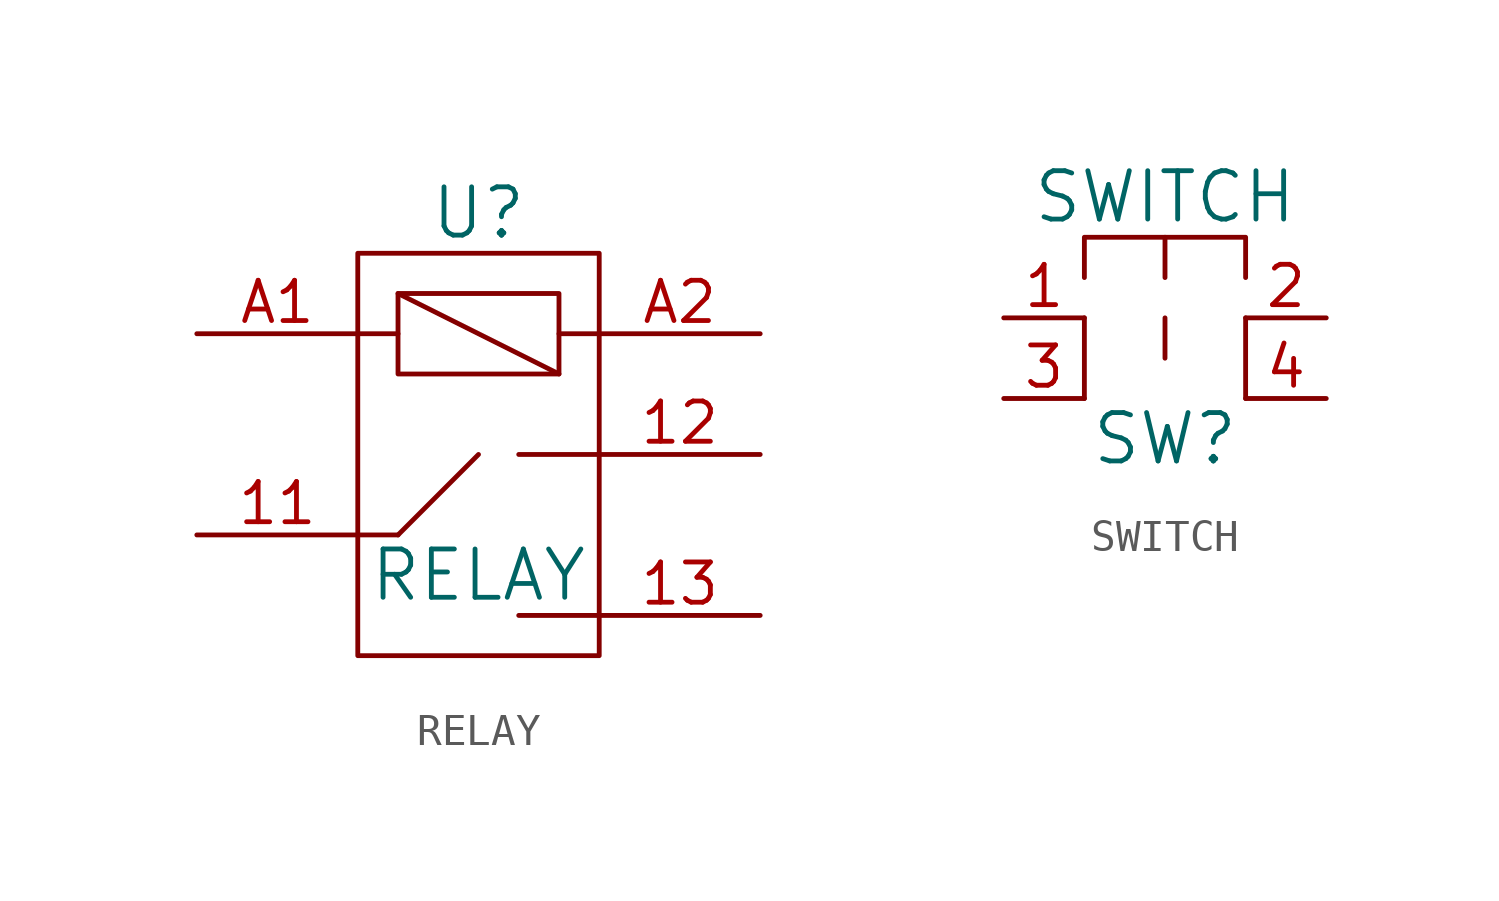
<source format=kicad_sym>
(kicad_symbol_lib
  (version 20231120)
  (generator "kicad_symbol_editor")
  (generator_version "8.0")
  (symbol "RELAY"
    (pin_names
      (offset 1.016))
    (property "Reference" "U"
      (at 0 6.35 0)
      (effects (font (size 1.524 1.524))))
    (property "Value" "RELAY"
      (at 0 -5.08 0)
      (effects (font (size 1.524 1.524))))
    (symbol "RELAY_0_1"
      (rectangle (start -3.81 5.08) (end 3.81 -7.62) (stroke (width 0) (type default)) (fill (type none)))
      (rectangle (start -2.54 3.81) (end 2.54 1.27) (stroke (width 0) (type default)) (fill (type none)))
      (polyline (pts (xy -3.81 -3.81) (xy -2.54 -3.81)) (stroke (width 0) (type default)) (fill (type none)))
      (polyline (pts (xy -3.81 2.54) (xy -2.54 2.54)) (stroke (width 0) (type default)) (fill (type none)))
      (polyline (pts (xy -2.54 -3.81) (xy 0 -1.27)) (stroke (width 0) (type default)) (fill (type none)))
      (polyline (pts (xy -2.54 3.81) (xy 2.54 1.27)) (stroke (width 0) (type default)) (fill (type none)))
      (polyline (pts (xy 2.54 2.54) (xy 3.81 2.54)) (stroke (width 0) (type default)) (fill (type none)))
      (polyline (pts (xy 3.81 -6.35) (xy 1.27 -6.35)) (stroke (width 0) (type default)) (fill (type none)))
      (polyline (pts (xy 3.81 -1.27) (xy 1.27 -1.27)) (stroke (width 0) (type default)) (fill (type none))))
    (symbol "RELAY_1_1"
      (pin bidirectional line (at -8.89 -3.81 0) (length 5.08) (name "~" (effects (font (size 1.27 1.27)))) (number "11" (effects (font (size 1.27 1.27)))))
      (pin bidirectional line (at 8.89 -1.27 180) (length 5.08) (name "~" (effects (font (size 1.27 1.27)))) (number "12" (effects (font (size 1.27 1.27)))))
      (pin bidirectional line (at 8.89 -6.35 180) (length 5.08) (name "~" (effects (font (size 1.27 1.27)))) (number "13" (effects (font (size 1.27 1.27)))))
      (pin power_in line (at -8.89 2.54 0) (length 5.08) (name "~" (effects (font (size 1.27 1.27)))) (number "A1" (effects (font (size 1.27 1.27)))))
      (pin power_in line (at 8.89 2.54 180) (length 5.08) (name "~" (effects (font (size 1.27 1.27)))) (number "A2" (effects (font (size 1.27 1.27)))))))
  (symbol "SWITCH"
    (pin_names
      (offset 1.016))
    (property "Reference" "SW"
      (at 0 -2.54 0)
      (effects (font (size 1.524 1.524))))
    (property "Value" "SWITCH"
      (at 0 5.08 0)
      (effects (font (size 1.524 1.524))))
    (symbol "SWITCH_0_1"
      (rectangle (start -2.54 1.27) (end -2.54 -1.27) (stroke (width 0) (type default)) (fill (type none)))
      (polyline (pts (xy 0 1.27) (xy 0 0)) (stroke (width 0) (type default)) (fill (type none)))
      (polyline (pts (xy 0 3.81) (xy 0 2.54)) (stroke (width 0) (type default)) (fill (type none)))
      (polyline (pts (xy -2.54 2.54) (xy -2.54 3.81) (xy 0 3.81) (xy 2.54 3.81) (xy 2.54 2.54)) (stroke (width 0) (type default)) (fill (type none)))
      (rectangle (start 2.54 1.27) (end 2.54 -1.27) (stroke (width 0) (type default)) (fill (type none))))
    (symbol "SWITCH_1_1"
      (pin passive line (at -5.08 1.27 0) (length 2.54) (name "~" (effects (font (size 1.27 1.27)))) (number "1" (effects (font (size 1.27 1.27)))))
      (pin passive line (at 5.08 1.27 180) (length 2.54) (name "~" (effects (font (size 1.27 1.27)))) (number "2" (effects (font (size 1.27 1.27)))))
      (pin passive line (at -5.08 -1.27 0) (length 2.54) (name "~" (effects (font (size 1.27 1.27)))) (number "3" (effects (font (size 1.27 1.27)))))
      (pin passive line (at 5.08 -1.27 180) (length 2.54) (name "~" (effects (font (size 1.27 1.27)))) (number "4" (effects (font (size 1.27 1.27))))))))
</source>
